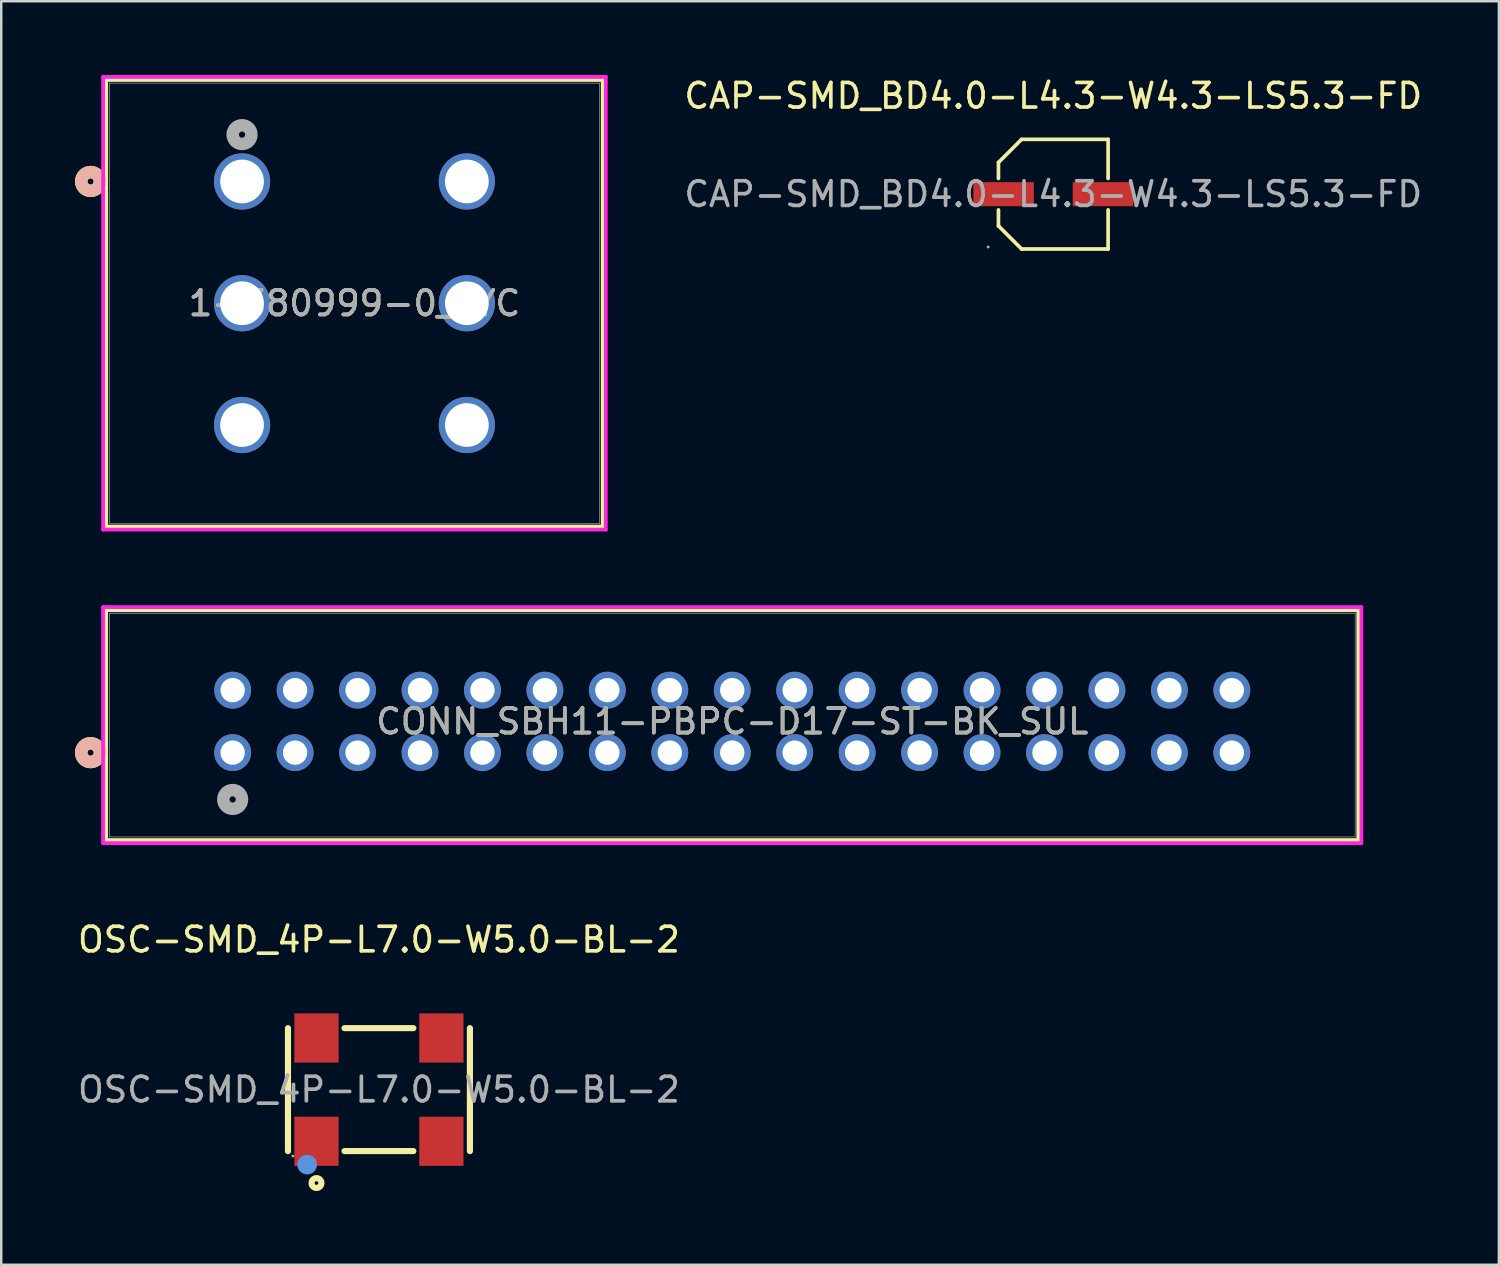
<source format=kicad_pcb>
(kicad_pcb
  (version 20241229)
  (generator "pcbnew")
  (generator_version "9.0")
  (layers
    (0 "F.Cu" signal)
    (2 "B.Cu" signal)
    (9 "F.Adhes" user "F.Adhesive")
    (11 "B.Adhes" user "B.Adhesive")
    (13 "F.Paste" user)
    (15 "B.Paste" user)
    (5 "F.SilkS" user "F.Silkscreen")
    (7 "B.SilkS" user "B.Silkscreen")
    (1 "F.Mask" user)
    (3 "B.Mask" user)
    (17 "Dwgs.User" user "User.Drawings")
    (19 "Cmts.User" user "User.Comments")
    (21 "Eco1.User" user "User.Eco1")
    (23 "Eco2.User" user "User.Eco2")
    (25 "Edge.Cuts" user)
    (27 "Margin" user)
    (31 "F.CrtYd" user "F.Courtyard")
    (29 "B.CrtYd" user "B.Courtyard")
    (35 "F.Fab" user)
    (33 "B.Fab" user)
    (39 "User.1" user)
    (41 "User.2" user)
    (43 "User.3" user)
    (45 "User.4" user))
  (footprint "CONN_SBH11-PBPC-D17-ST-BK_SUL"
    (layer "F.Cu")
    (at 6.413 27.562)
    (property "Reference" "CONN_SBH11-PBPC-D17-ST-BK_SUL" (at 20.32 -1.27 0) (unlocked yes) (layer "F.SilkS") (effects (font (size 1 1) (thickness 0.15))))
    (attr through_hole)
    (fp_line (start -5.144 -5.791) (end -5.144 3.556) (stroke (width 0.152) (type solid)) (layer "F.SilkS"))
    (fp_line (start -5.144 3.556) (end 45.783 3.556) (stroke (width 0.152) (type solid)) (layer "F.SilkS"))
    (fp_line (start 45.783 -5.791) (end -5.144 -5.791) (stroke (width 0.152) (type solid)) (layer "F.SilkS"))
    (fp_line (start 45.783 3.556) (end 45.783 -5.791) (stroke (width 0.152) (type solid)) (layer "F.SilkS"))
    (fp_circle (center -5.779 0) (end -5.397 0) (stroke (width 0.508) (type solid)) (fill no) (layer "F.SilkS"))
    (fp_circle (center -5.779 0) (end -5.397 0) (stroke (width 0.508) (type solid)) (fill no) (layer "B.SilkS"))
    (fp_line (start -5.271 -5.918) (end -5.271 3.683) (stroke (width 0.152) (type solid)) (layer "F.CrtYd"))
    (fp_line (start -5.271 3.683) (end 45.91 3.683) (stroke (width 0.152) (type solid)) (layer "F.CrtYd"))
    (fp_line (start 45.91 -5.918) (end -5.271 -5.918) (stroke (width 0.152) (type solid)) (layer "F.CrtYd"))
    (fp_line (start 45.91 3.683) (end 45.91 -5.918) (stroke (width 0.152) (type solid)) (layer "F.CrtYd"))
    (fp_line (start -5.016 -5.664) (end -5.016 3.429) (stroke (width 0.025) (type solid)) (layer "F.Fab"))
    (fp_line (start -5.016 3.429) (end 45.657 3.429) (stroke (width 0.025) (type solid)) (layer "F.Fab"))
    (fp_line (start 45.657 -5.664) (end -5.016 -5.664) (stroke (width 0.025) (type solid)) (layer "F.Fab"))
    (fp_line (start 45.657 3.429) (end 45.657 -5.664) (stroke (width 0.025) (type solid)) (layer "F.Fab"))
    (fp_circle (center 0 1.905) (end 0.381 1.905) (stroke (width 0.508) (type solid)) (fill no) (layer "F.Fab"))
    (fp_text user "${REFERENCE}" (at 20.32 -1.27 0) (unlocked yes) (layer "F.Fab") (effects (font (size 1 1) (thickness 0.15))))
    (pad "1" thru_hole circle (at 0 0) (size 1.499 1.499) (drill 0.991) (layers "*.Cu" "*.Mask"))
    (pad "2" thru_hole circle (at 0 -2.54) (size 1.499 1.499) (drill 0.991) (layers "*.Cu" "*.Mask"))
    (pad "3" thru_hole circle (at 2.54 0) (size 1.499 1.499) (drill 0.991) (layers "*.Cu" "*.Mask"))
    (pad "4" thru_hole circle (at 2.54 -2.54) (size 1.499 1.499) (drill 0.991) (layers "*.Cu" "*.Mask"))
    (pad "5" thru_hole circle (at 5.08 0) (size 1.499 1.499) (drill 0.991) (layers "*.Cu" "*.Mask"))
    (pad "6" thru_hole circle (at 5.08 -2.54) (size 1.499 1.499) (drill 0.991) (layers "*.Cu" "*.Mask"))
    (pad "7" thru_hole circle (at 7.62 0) (size 1.499 1.499) (drill 0.991) (layers "*.Cu" "*.Mask"))
    (pad "8" thru_hole circle (at 7.62 -2.54) (size 1.499 1.499) (drill 0.991) (layers "*.Cu" "*.Mask"))
    (pad "9" thru_hole circle (at 10.16 0) (size 1.499 1.499) (drill 0.991) (layers "*.Cu" "*.Mask"))
    (pad "10" thru_hole circle (at 10.16 -2.54) (size 1.499 1.499) (drill 0.991) (layers "*.Cu" "*.Mask"))
    (pad "11" thru_hole circle (at 12.7 0) (size 1.499 1.499) (drill 0.991) (layers "*.Cu" "*.Mask"))
    (pad "12" thru_hole circle (at 12.7 -2.54) (size 1.499 1.499) (drill 0.991) (layers "*.Cu" "*.Mask"))
    (pad "13" thru_hole circle (at 15.24 0) (size 1.499 1.499) (drill 0.991) (layers "*.Cu" "*.Mask"))
    (pad "14" thru_hole circle (at 15.24 -2.54) (size 1.499 1.499) (drill 0.991) (layers "*.Cu" "*.Mask"))
    (pad "15" thru_hole circle (at 17.78 0) (size 1.499 1.499) (drill 0.991) (layers "*.Cu" "*.Mask"))
    (pad "16" thru_hole circle (at 17.78 -2.54) (size 1.499 1.499) (drill 0.991) (layers "*.Cu" "*.Mask"))
    (pad "17" thru_hole circle (at 20.32 0) (size 1.499 1.499) (drill 0.991) (layers "*.Cu" "*.Mask"))
    (pad "18" thru_hole circle (at 20.32 -2.54) (size 1.499 1.499) (drill 0.991) (layers "*.Cu" "*.Mask"))
    (pad "19" thru_hole circle (at 22.86 0) (size 1.499 1.499) (drill 0.991) (layers "*.Cu" "*.Mask"))
    (pad "20" thru_hole circle (at 22.86 -2.54) (size 1.499 1.499) (drill 0.991) (layers "*.Cu" "*.Mask"))
    (pad "21" thru_hole circle (at 25.4 0) (size 1.499 1.499) (drill 0.991) (layers "*.Cu" "*.Mask"))
    (pad "22" thru_hole circle (at 25.4 -2.54) (size 1.499 1.499) (drill 0.991) (layers "*.Cu" "*.Mask"))
    (pad "23" thru_hole circle (at 27.94 0) (size 1.499 1.499) (drill 0.991) (layers "*.Cu" "*.Mask"))
    (pad "24" thru_hole circle (at 27.94 -2.54) (size 1.499 1.499) (drill 0.991) (layers "*.Cu" "*.Mask"))
    (pad "25" thru_hole circle (at 30.48 0) (size 1.499 1.499) (drill 0.991) (layers "*.Cu" "*.Mask"))
    (pad "26" thru_hole circle (at 30.48 -2.54) (size 1.499 1.499) (drill 0.991) (layers "*.Cu" "*.Mask"))
    (pad "27" thru_hole circle (at 33.02 0) (size 1.499 1.499) (drill 0.991) (layers "*.Cu" "*.Mask"))
    (pad "28" thru_hole circle (at 33.02 -2.54) (size 1.499 1.499) (drill 0.991) (layers "*.Cu" "*.Mask"))
    (pad "29" thru_hole circle (at 35.56 0) (size 1.499 1.499) (drill 0.991) (layers "*.Cu" "*.Mask"))
    (pad "30" thru_hole circle (at 35.56 -2.54) (size 1.499 1.499) (drill 0.991) (layers "*.Cu" "*.Mask"))
    (pad "31" thru_hole circle (at 38.1 0) (size 1.499 1.499) (drill 0.991) (layers "*.Cu" "*.Mask"))
    (pad "32" thru_hole circle (at 38.1 -2.54) (size 1.499 1.499) (drill 0.991) (layers "*.Cu" "*.Mask"))
    (pad "33" thru_hole circle (at 40.64 0) (size 1.499 1.499) (drill 0.991) (layers "*.Cu" "*.Mask"))
    (pad "34" thru_hole circle (at 40.64 -2.54) (size 1.499 1.499) (drill 0.991) (layers "*.Cu" "*.Mask")))
  (footprint "OSC-SMD_4P-L7.0-W5.0-BL-2"
    (layer "F.Cu")
    (at 12.363 41.269)
    (property "Reference" "OSC-SMD_4P-L7.0-W5.0-BL-2" (at 0 -6.1 0) (layer "F.SilkS") (effects (font (size 1 1) (thickness 0.15))))
    (attr through_hole)
    (fp_line (start -3.7 -2.5) (end -3.7 2.5) (stroke (width 0.25) (type solid)) (layer "F.SilkS"))
    (fp_line (start -1.4 -2.5) (end 1.4 -2.5) (stroke (width 0.25) (type solid)) (layer "F.SilkS"))
    (fp_line (start -1.4 2.5) (end 1.4 2.5) (stroke (width 0.25) (type solid)) (layer "F.SilkS"))
    (fp_line (start 3.7 -2.5) (end 3.7 2.5) (stroke (width 0.25) (type solid)) (layer "F.SilkS"))
    (fp_circle (center -2.54 3.8) (end -2.34 3.8) (stroke (width 0.25) (type solid)) (fill no) (layer "F.SilkS"))
    (fp_circle (center -2.92 3.05) (end -2.72 3.05) (stroke (width 0.4) (type solid)) (fill no) (layer "Cmts.User"))
    (fp_circle (center -3.5 2.7) (end -3.47 2.7) (stroke (width 0.06) (type solid)) (fill no) (layer "F.Fab"))
    (fp_text user "${REFERENCE}" (at 0 0 0) (layer "F.Fab") (effects (font (size 1 1) (thickness 0.15))))
    (pad "1" smd rect (at -2.54 2.1) (size 1.8 2) (layers "F.Cu" "F.Mask" "F.Paste"))
    (pad "2" smd rect (at 2.54 2.1) (size 1.8 2) (layers "F.Cu" "F.Mask" "F.Paste"))
    (pad "3" smd rect (at 2.54 -2.1) (size 1.8 2) (layers "F.Cu" "F.Mask" "F.Paste"))
    (pad "4" smd rect (at -2.54 -2.1) (size 1.8 2) (layers "F.Cu" "F.Mask" "F.Paste")))
  (footprint "1-380999-0_TYC"
    (layer "F.Cu")
    (at 6.795 4.331)
    (property "Reference" "1-380999-0_TYC" (at 4.572 4.953 0) (unlocked yes) (layer "F.SilkS") (effects (font (size 1 1) (thickness 0.15))))
    (attr through_hole)
    (fp_line (start -5.524 -4.128) (end -5.524 14.034) (stroke (width 0.152) (type solid)) (layer "F.SilkS"))
    (fp_line (start -5.524 14.034) (end 14.668 14.034) (stroke (width 0.152) (type solid)) (layer "F.SilkS"))
    (fp_line (start 14.668 -4.128) (end -5.524 -4.128) (stroke (width 0.152) (type solid)) (layer "F.SilkS"))
    (fp_line (start 14.668 14.034) (end 14.668 -4.128) (stroke (width 0.152) (type solid)) (layer "F.SilkS"))
    (fp_circle (center -6.16 0) (end -5.779 0) (stroke (width 0.508) (type solid)) (fill no) (layer "F.SilkS"))
    (fp_circle (center -6.16 0) (end -5.779 0) (stroke (width 0.508) (type solid)) (fill no) (layer "B.SilkS"))
    (fp_line (start -5.652 -4.255) (end -5.652 14.161) (stroke (width 0.152) (type solid)) (layer "F.CrtYd"))
    (fp_line (start -5.652 14.161) (end 14.796 14.161) (stroke (width 0.152) (type solid)) (layer "F.CrtYd"))
    (fp_line (start 14.796 -4.255) (end -5.652 -4.255) (stroke (width 0.152) (type solid)) (layer "F.CrtYd"))
    (fp_line (start 14.796 14.161) (end 14.796 -4.255) (stroke (width 0.152) (type solid)) (layer "F.CrtYd"))
    (fp_line (start -5.397 -4) (end -5.397 13.906) (stroke (width 0.025) (type solid)) (layer "F.Fab"))
    (fp_line (start -5.397 13.906) (end 14.541 13.906) (stroke (width 0.025) (type solid)) (layer "F.Fab"))
    (fp_line (start 14.541 -4) (end -5.397 -4) (stroke (width 0.025) (type solid)) (layer "F.Fab"))
    (fp_line (start 14.541 13.906) (end 14.541 -4) (stroke (width 0.025) (type solid)) (layer "F.Fab"))
    (fp_circle (center 0 -1.905) (end 0.381 -1.905) (stroke (width 0.508) (type solid)) (fill no) (layer "F.Fab"))
    (fp_text user "${REFERENCE}" (at 4.572 4.953 0) (unlocked yes) (layer "F.Fab") (effects (font (size 1 1) (thickness 0.15))))
    (pad "1" thru_hole circle (at 0 0) (size 2.286 2.286) (drill 1.778) (layers "*.Cu" "*.Mask"))
    (pad "2" thru_hole circle (at 0 4.953) (size 2.286 2.286) (drill 1.778) (layers "*.Cu" "*.Mask"))
    (pad "3" thru_hole circle (at 0 9.906) (size 2.286 2.286) (drill 1.778) (layers "*.Cu" "*.Mask"))
    (pad "4" thru_hole circle (at 9.144 0) (size 2.286 2.286) (drill 1.778) (layers "*.Cu" "*.Mask"))
    (pad "5" thru_hole circle (at 9.144 4.953) (size 2.286 2.286) (drill 1.778) (layers "*.Cu" "*.Mask"))
    (pad "6" thru_hole circle (at 9.144 9.906) (size 2.286 2.286) (drill 1.778) (layers "*.Cu" "*.Mask")))
  (footprint "CAP-SMD_BD4.0-L4.3-W4.3-LS5.3-FD"
    (layer "F.Cu")
    (at 39.791 4.848)
    (property "Reference" "CAP-SMD_BD4.0-L4.3-W4.3-LS5.3-FD" (at 0 -4 0) (layer "F.SilkS") (effects (font (size 1 1) (thickness 0.15))))
    (attr smd)
    (fp_line (start -2.23 -1.29) (end -1.29 -2.23) (stroke (width 0.15) (type solid)) (layer "F.SilkS"))
    (fp_line (start -2.23 -0.64) (end -2.23 -1.29) (stroke (width 0.15) (type solid)) (layer "F.SilkS"))
    (fp_line (start -2.23 0.64) (end -2.23 1.29) (stroke (width 0.15) (type solid)) (layer "F.SilkS"))
    (fp_line (start -2.23 1.29) (end -1.29 2.23) (stroke (width 0.15) (type solid)) (layer "F.SilkS"))
    (fp_line (start -1.29 -2.23) (end 2.23 -2.23) (stroke (width 0.15) (type solid)) (layer "F.SilkS"))
    (fp_line (start -1.29 2.23) (end 2.23 2.23) (stroke (width 0.15) (type solid)) (layer "F.SilkS"))
    (fp_line (start 2.23 -2.23) (end 2.23 -0.64) (stroke (width 0.15) (type solid)) (layer "F.SilkS"))
    (fp_line (start 2.23 2.23) (end 2.23 0.64) (stroke (width 0.15) (type solid)) (layer "F.SilkS"))
    (fp_circle (center -2.65 2.15) (end -2.62 2.15) (stroke (width 0.06) (type solid)) (fill no) (layer "F.Fab"))
    (fp_text user "${REFERENCE}" (at 0 0 0) (layer "F.Fab") (effects (font (size 1 1) (thickness 0.15))))
    (pad "1" smd rect (at -2.02 0) (size 2.46 0.98) (layers "F.Cu" "F.Mask" "F.Paste"))
    (pad "2" smd rect (at 2.02 0) (size 2.46 0.98) (layers "F.Cu" "F.Mask" "F.Paste")))
  (gr_rect
    (start -3 -3)
    (end 57.916 48.394)
    (stroke (width 0.1) (type default))
    (fill no)
    (layer "Edge.Cuts")))
</source>
